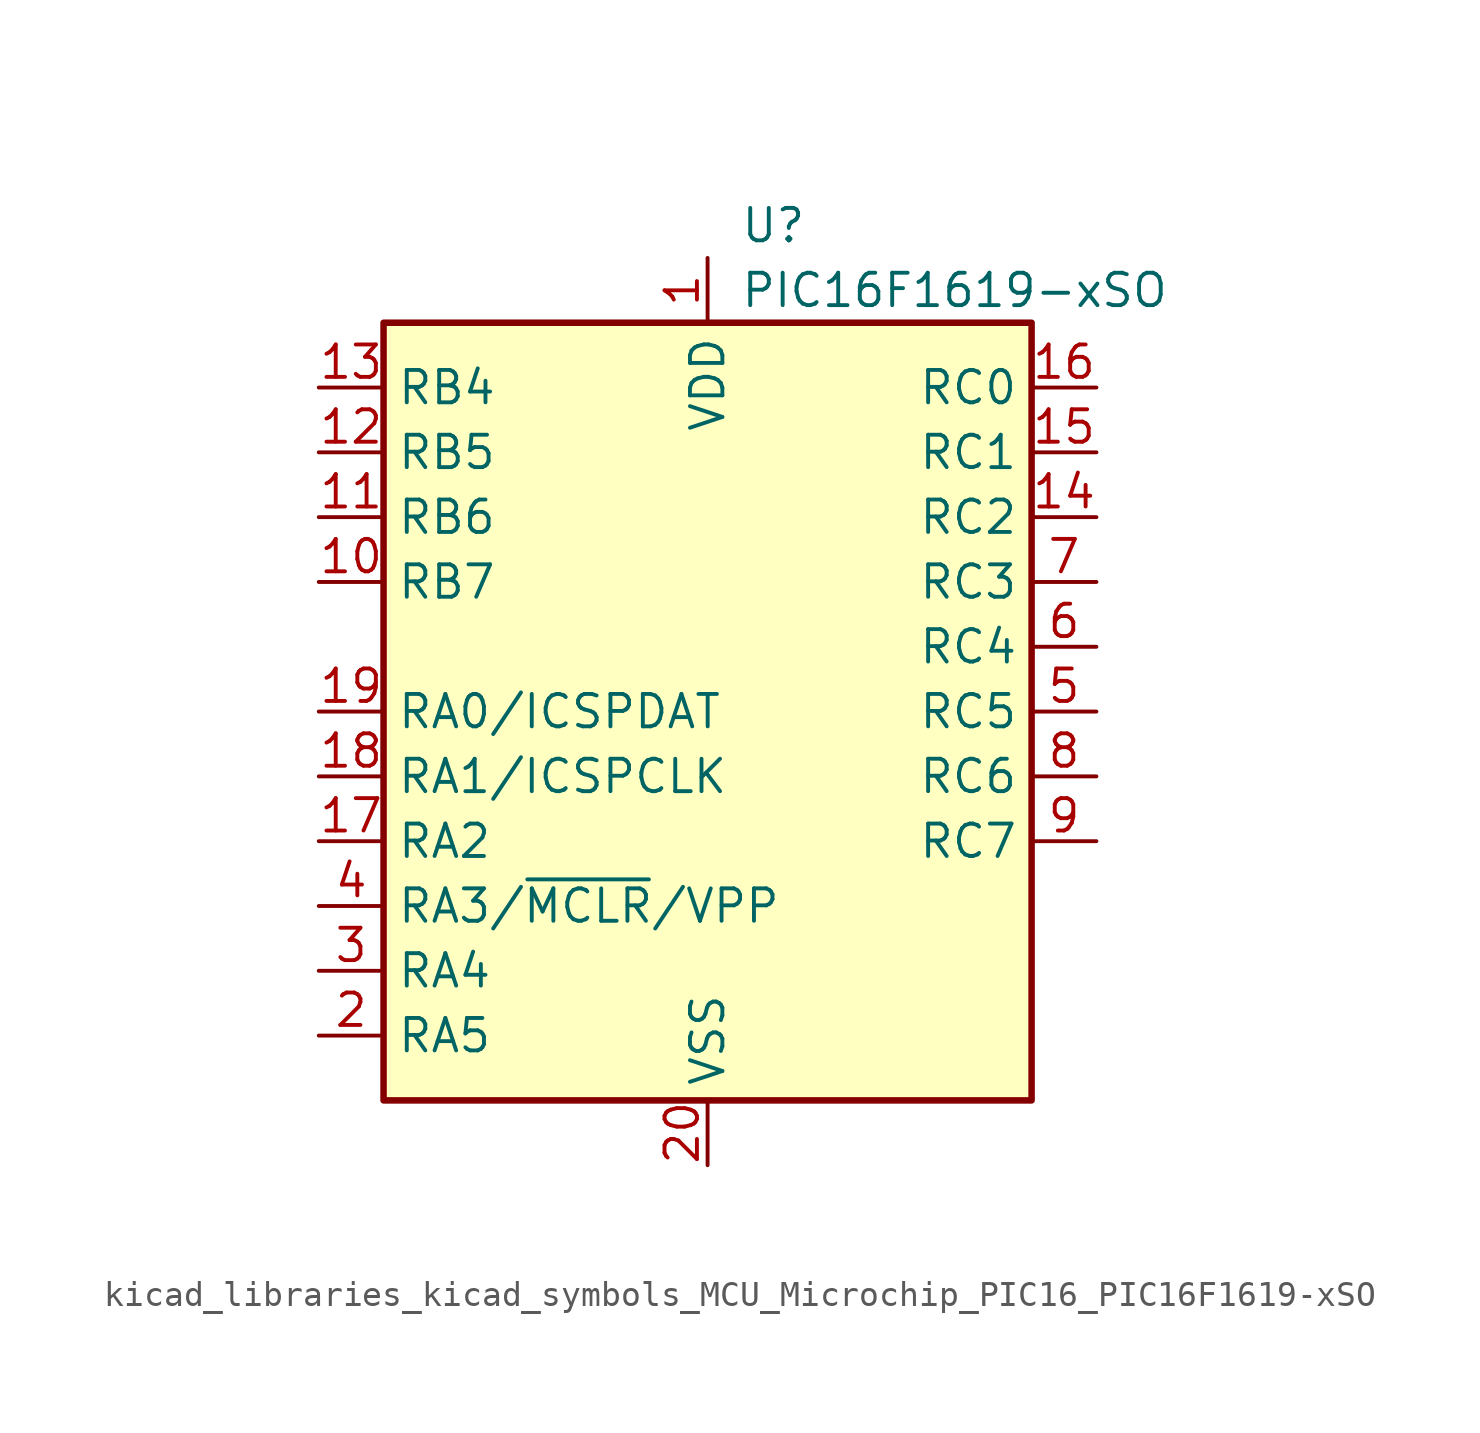
<source format=kicad_sym>
(kicad_symbol_lib
  (version 20220914)
  (generator kicad_symbol_editor)
  (symbol "kicad_libraries_kicad_symbols_MCU_Microchip_PIC16_PIC16F1619-xSO"
    (property "Reference" "U"
      (at 1.27 19.05 0)
      (effects (font (size 1.27 1.27)) (justify left)))
    (property "Value" "PIC16F1619-xSO"
      (at 1.27 16.51 0)
      (effects (font (size 1.27 1.27)) (justify left)))
    (symbol "kicad_libraries_kicad_symbols_MCU_Microchip_PIC16_PIC16F1619-xSO_0_1"
      (rectangle (start -12.7 15.24) (end 12.7 -15.24) (stroke (width 0.254) (type default)) (fill (type background))))
    (symbol "kicad_libraries_kicad_symbols_MCU_Microchip_PIC16_PIC16F1619-xSO_1_1"
      (pin power_in line (at 0 17.78 270) (length 2.54) (name "VDD" (effects (font (size 1.27 1.27)))) (number "1" (effects (font (size 1.27 1.27)))))
      (pin bidirectional line (at -15.24 5.08 0) (length 2.54) (name "RB7" (effects (font (size 1.27 1.27)))) (number "10" (effects (font (size 1.27 1.27)))))
      (pin bidirectional line (at -15.24 7.62 0) (length 2.54) (name "RB6" (effects (font (size 1.27 1.27)))) (number "11" (effects (font (size 1.27 1.27)))))
      (pin bidirectional line (at -15.24 10.16 0) (length 2.54) (name "RB5" (effects (font (size 1.27 1.27)))) (number "12" (effects (font (size 1.27 1.27)))))
      (pin bidirectional line (at -15.24 12.7 0) (length 2.54) (name "RB4" (effects (font (size 1.27 1.27)))) (number "13" (effects (font (size 1.27 1.27)))))
      (pin bidirectional line (at 15.24 7.62 180) (length 2.54) (name "RC2" (effects (font (size 1.27 1.27)))) (number "14" (effects (font (size 1.27 1.27)))))
      (pin bidirectional line (at 15.24 10.16 180) (length 2.54) (name "RC1" (effects (font (size 1.27 1.27)))) (number "15" (effects (font (size 1.27 1.27)))))
      (pin bidirectional line (at 15.24 12.7 180) (length 2.54) (name "RC0" (effects (font (size 1.27 1.27)))) (number "16" (effects (font (size 1.27 1.27)))))
      (pin bidirectional line (at -15.24 -5.08 0) (length 2.54) (name "RA2" (effects (font (size 1.27 1.27)))) (number "17" (effects (font (size 1.27 1.27)))))
      (pin bidirectional line (at -15.24 -2.54 0) (length 2.54) (name "RA1/ICSPCLK" (effects (font (size 1.27 1.27)))) (number "18" (effects (font (size 1.27 1.27)))))
      (pin bidirectional line (at -15.24 0 0) (length 2.54) (name "RA0/ICSPDAT" (effects (font (size 1.27 1.27)))) (number "19" (effects (font (size 1.27 1.27)))))
      (pin bidirectional line (at -15.24 -12.7 0) (length 2.54) (name "RA5" (effects (font (size 1.27 1.27)))) (number "2" (effects (font (size 1.27 1.27)))))
      (pin power_in line (at 0 -17.78 90) (length 2.54) (name "VSS" (effects (font (size 1.27 1.27)))) (number "20" (effects (font (size 1.27 1.27)))))
      (pin bidirectional line (at -15.24 -10.16 0) (length 2.54) (name "RA4" (effects (font (size 1.27 1.27)))) (number "3" (effects (font (size 1.27 1.27)))))
      (pin bidirectional line (at -15.24 -7.62 0) (length 2.54) (name "RA3/~{MCLR}/VPP" (effects (font (size 1.27 1.27)))) (number "4" (effects (font (size 1.27 1.27)))))
      (pin bidirectional line (at 15.24 0 180) (length 2.54) (name "RC5" (effects (font (size 1.27 1.27)))) (number "5" (effects (font (size 1.27 1.27)))))
      (pin bidirectional line (at 15.24 2.54 180) (length 2.54) (name "RC4" (effects (font (size 1.27 1.27)))) (number "6" (effects (font (size 1.27 1.27)))))
      (pin bidirectional line (at 15.24 5.08 180) (length 2.54) (name "RC3" (effects (font (size 1.27 1.27)))) (number "7" (effects (font (size 1.27 1.27)))))
      (pin bidirectional line (at 15.24 -2.54 180) (length 2.54) (name "RC6" (effects (font (size 1.27 1.27)))) (number "8" (effects (font (size 1.27 1.27)))))
      (pin bidirectional line (at 15.24 -5.08 180) (length 2.54) (name "RC7" (effects (font (size 1.27 1.27)))) (number "9" (effects (font (size 1.27 1.27))))))))
</source>
